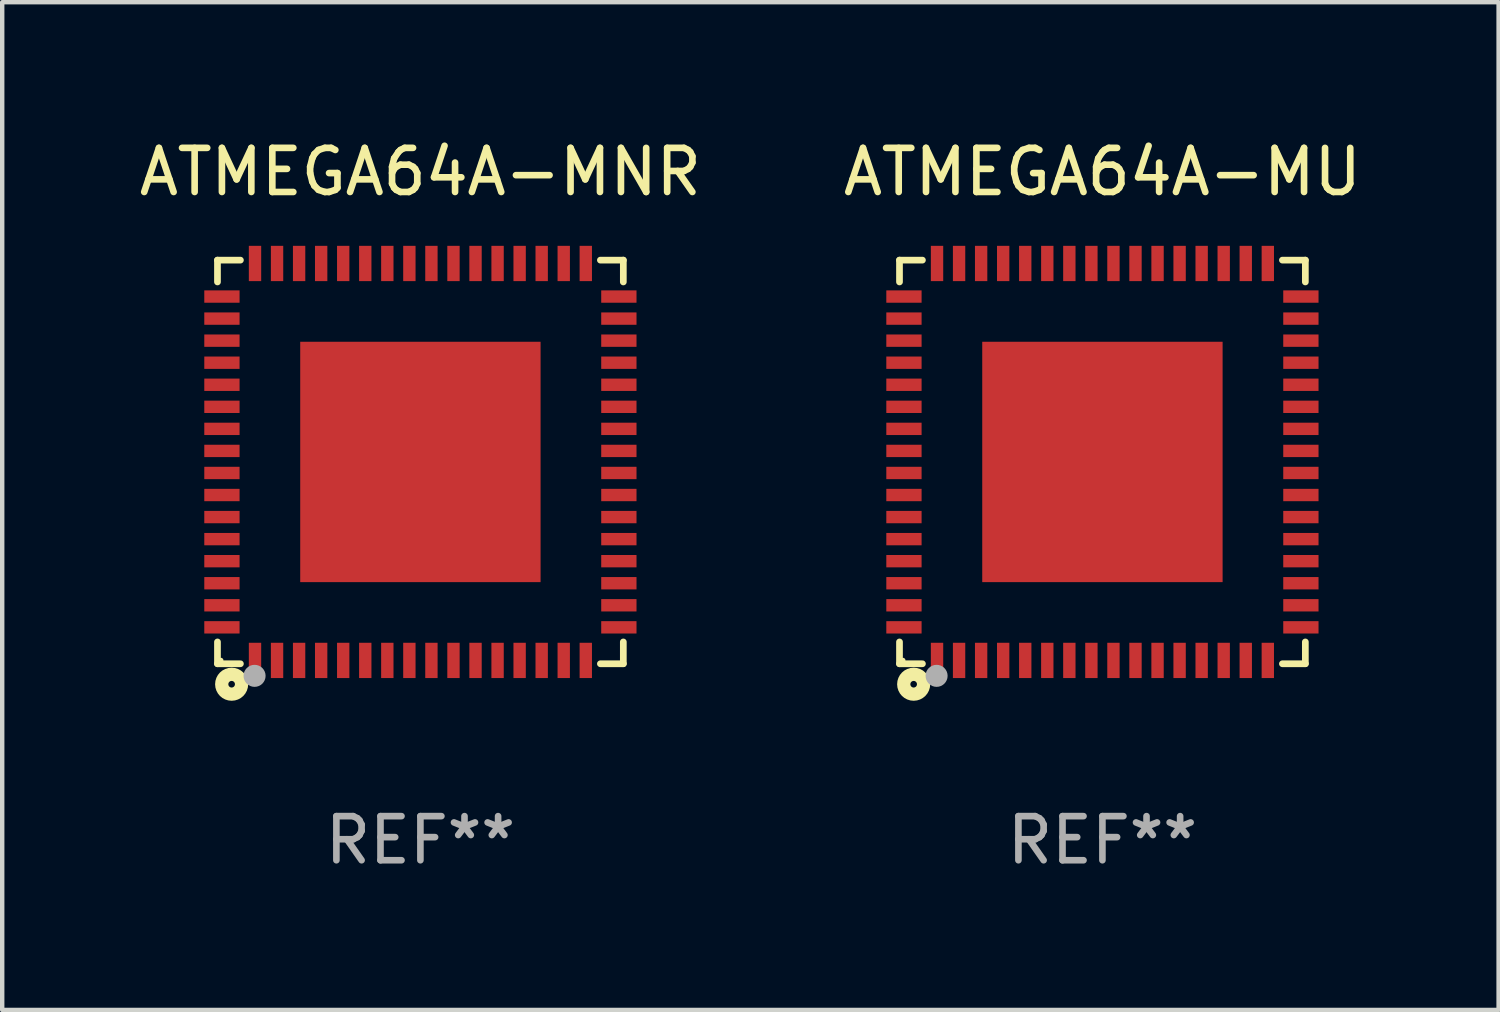
<source format=kicad_pcb>
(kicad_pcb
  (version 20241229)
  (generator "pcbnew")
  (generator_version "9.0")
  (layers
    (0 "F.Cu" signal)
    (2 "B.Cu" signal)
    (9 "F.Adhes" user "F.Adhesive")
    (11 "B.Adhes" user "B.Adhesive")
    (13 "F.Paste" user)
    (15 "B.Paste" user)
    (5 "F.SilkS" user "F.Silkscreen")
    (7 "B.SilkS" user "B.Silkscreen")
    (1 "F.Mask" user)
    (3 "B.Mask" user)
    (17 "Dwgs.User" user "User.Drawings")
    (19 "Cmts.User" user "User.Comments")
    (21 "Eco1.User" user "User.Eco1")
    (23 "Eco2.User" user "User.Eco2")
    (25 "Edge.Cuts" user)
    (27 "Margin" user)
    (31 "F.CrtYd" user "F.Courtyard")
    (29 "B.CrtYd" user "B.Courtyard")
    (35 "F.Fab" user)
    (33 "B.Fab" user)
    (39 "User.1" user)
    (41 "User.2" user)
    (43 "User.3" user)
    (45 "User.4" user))
  (footprint "ATMEGA64A-MNR"
    (layer "F.Cu")
    (at 6.482 7.424)
    (property "Reference" "ATMEGA64A-MNR" (at 0 -6.576 0) (layer "F.SilkS") (effects (font (size 1 1) (thickness 0.15))))
    (attr through_hole)
    (fp_line (start -4.601 -4.576) (end -4.081 -4.576) (stroke (width 0.152) (type solid)) (layer "F.SilkS"))
    (fp_line (start -4.601 -4.081) (end -4.601 -4.576) (stroke (width 0.152) (type solid)) (layer "F.SilkS"))
    (fp_line (start -4.601 4.081) (end -4.601 4.576) (stroke (width 0.152) (type solid)) (layer "F.SilkS"))
    (fp_line (start -4.601 4.576) (end -4.081 4.576) (stroke (width 0.152) (type solid)) (layer "F.SilkS"))
    (fp_line (start 4.601 -4.576) (end 4.081 -4.576) (stroke (width 0.152) (type solid)) (layer "F.SilkS"))
    (fp_line (start 4.601 -4.081) (end 4.601 -4.576) (stroke (width 0.152) (type solid)) (layer "F.SilkS"))
    (fp_line (start 4.601 4.081) (end 4.601 4.576) (stroke (width 0.152) (type solid)) (layer "F.SilkS"))
    (fp_line (start 4.601 4.576) (end 4.081 4.576) (stroke (width 0.152) (type solid)) (layer "F.SilkS"))
    (fp_circle (center -4.525 4.5) (end -4.495 4.5) (stroke (width 0.06) (type solid)) (fill no) (layer "F.SilkS"))
    (fp_circle (center -4.28 5.04) (end -4.205 5.04) (stroke (width 0.3) (type solid)) (fill no) (layer "F.SilkS"))
    (fp_circle (center -3.76 4.85) (end -3.635 4.85) (stroke (width 0.25) (type solid)) (fill no) (layer "F.Fab"))
    (fp_text user "REF**" (at 0 8.576 0) (layer "F.Fab") (effects (font (size 1 1) (thickness 0.15))))
    (pad "1" smd rect (at -3.75 4.5) (size 0.28 0.8) (layers "F.Cu" "F.Mask" "F.Paste"))
    (pad "2" smd rect (at -3.25 4.5) (size 0.28 0.8) (layers "F.Cu" "F.Mask" "F.Paste"))
    (pad "3" smd rect (at -2.75 4.5) (size 0.28 0.8) (layers "F.Cu" "F.Mask" "F.Paste"))
    (pad "4" smd rect (at -2.25 4.5) (size 0.28 0.8) (layers "F.Cu" "F.Mask" "F.Paste"))
    (pad "5" smd rect (at -1.75 4.5) (size 0.28 0.8) (layers "F.Cu" "F.Mask" "F.Paste"))
    (pad "6" smd rect (at -1.25 4.5) (size 0.28 0.8) (layers "F.Cu" "F.Mask" "F.Paste"))
    (pad "7" smd rect (at -0.75 4.5) (size 0.28 0.8) (layers "F.Cu" "F.Mask" "F.Paste"))
    (pad "8" smd rect (at -0.25 4.5) (size 0.28 0.8) (layers "F.Cu" "F.Mask" "F.Paste"))
    (pad "9" smd rect (at 0.25 4.5) (size 0.28 0.8) (layers "F.Cu" "F.Mask" "F.Paste"))
    (pad "10" smd rect (at 0.75 4.5) (size 0.28 0.8) (layers "F.Cu" "F.Mask" "F.Paste"))
    (pad "11" smd rect (at 1.25 4.5) (size 0.28 0.8) (layers "F.Cu" "F.Mask" "F.Paste"))
    (pad "12" smd rect (at 1.75 4.5) (size 0.28 0.8) (layers "F.Cu" "F.Mask" "F.Paste"))
    (pad "13" smd rect (at 2.25 4.5) (size 0.28 0.8) (layers "F.Cu" "F.Mask" "F.Paste"))
    (pad "14" smd rect (at 2.75 4.5) (size 0.28 0.8) (layers "F.Cu" "F.Mask" "F.Paste"))
    (pad "15" smd rect (at 3.25 4.5) (size 0.28 0.8) (layers "F.Cu" "F.Mask" "F.Paste"))
    (pad "16" smd rect (at 3.75 4.5) (size 0.28 0.8) (layers "F.Cu" "F.Mask" "F.Paste"))
    (pad "17" smd rect (at 4.5 3.75) (size 0.8 0.28) (layers "F.Cu" "F.Mask" "F.Paste"))
    (pad "18" smd rect (at 4.5 3.25) (size 0.8 0.28) (layers "F.Cu" "F.Mask" "F.Paste"))
    (pad "19" smd rect (at 4.5 2.75) (size 0.8 0.28) (layers "F.Cu" "F.Mask" "F.Paste"))
    (pad "20" smd rect (at 4.5 2.25) (size 0.8 0.28) (layers "F.Cu" "F.Mask" "F.Paste"))
    (pad "21" smd rect (at 4.5 1.75) (size 0.8 0.28) (layers "F.Cu" "F.Mask" "F.Paste"))
    (pad "22" smd rect (at 4.5 1.25) (size 0.8 0.28) (layers "F.Cu" "F.Mask" "F.Paste"))
    (pad "23" smd rect (at 4.5 0.75) (size 0.8 0.28) (layers "F.Cu" "F.Mask" "F.Paste"))
    (pad "24" smd rect (at 4.5 0.25) (size 0.8 0.28) (layers "F.Cu" "F.Mask" "F.Paste"))
    (pad "25" smd rect (at 4.5 -0.25) (size 0.8 0.28) (layers "F.Cu" "F.Mask" "F.Paste"))
    (pad "26" smd rect (at 4.5 -0.75) (size 0.8 0.28) (layers "F.Cu" "F.Mask" "F.Paste"))
    (pad "27" smd rect (at 4.5 -1.25) (size 0.8 0.28) (layers "F.Cu" "F.Mask" "F.Paste"))
    (pad "28" smd rect (at 4.5 -1.75) (size 0.8 0.28) (layers "F.Cu" "F.Mask" "F.Paste"))
    (pad "29" smd rect (at 4.5 -2.25) (size 0.8 0.28) (layers "F.Cu" "F.Mask" "F.Paste"))
    (pad "30" smd rect (at 4.5 -2.75) (size 0.8 0.28) (layers "F.Cu" "F.Mask" "F.Paste"))
    (pad "31" smd rect (at 4.5 -3.25) (size 0.8 0.28) (layers "F.Cu" "F.Mask" "F.Paste"))
    (pad "32" smd rect (at 4.5 -3.75) (size 0.8 0.28) (layers "F.Cu" "F.Mask" "F.Paste"))
    (pad "33" smd rect (at 3.75 -4.5) (size 0.28 0.8) (layers "F.Cu" "F.Mask" "F.Paste"))
    (pad "34" smd rect (at 3.25 -4.5) (size 0.28 0.8) (layers "F.Cu" "F.Mask" "F.Paste"))
    (pad "35" smd rect (at 2.75 -4.5) (size 0.28 0.8) (layers "F.Cu" "F.Mask" "F.Paste"))
    (pad "36" smd rect (at 2.25 -4.5) (size 0.28 0.8) (layers "F.Cu" "F.Mask" "F.Paste"))
    (pad "37" smd rect (at 1.75 -4.5) (size 0.28 0.8) (layers "F.Cu" "F.Mask" "F.Paste"))
    (pad "38" smd rect (at 1.25 -4.5) (size 0.28 0.8) (layers "F.Cu" "F.Mask" "F.Paste"))
    (pad "39" smd rect (at 0.75 -4.5) (size 0.28 0.8) (layers "F.Cu" "F.Mask" "F.Paste"))
    (pad "40" smd rect (at 0.25 -4.5) (size 0.28 0.8) (layers "F.Cu" "F.Mask" "F.Paste"))
    (pad "41" smd rect (at -0.25 -4.5) (size 0.28 0.8) (layers "F.Cu" "F.Mask" "F.Paste"))
    (pad "42" smd rect (at -0.75 -4.5) (size 0.28 0.8) (layers "F.Cu" "F.Mask" "F.Paste"))
    (pad "43" smd rect (at -1.25 -4.5) (size 0.28 0.8) (layers "F.Cu" "F.Mask" "F.Paste"))
    (pad "44" smd rect (at -1.75 -4.5) (size 0.28 0.8) (layers "F.Cu" "F.Mask" "F.Paste"))
    (pad "45" smd rect (at -2.25 -4.5) (size 0.28 0.8) (layers "F.Cu" "F.Mask" "F.Paste"))
    (pad "46" smd rect (at -2.75 -4.5) (size 0.28 0.8) (layers "F.Cu" "F.Mask" "F.Paste"))
    (pad "47" smd rect (at -3.25 -4.5) (size 0.28 0.8) (layers "F.Cu" "F.Mask" "F.Paste"))
    (pad "48" smd rect (at -3.75 -4.5) (size 0.28 0.8) (layers "F.Cu" "F.Mask" "F.Paste"))
    (pad "49" smd rect (at -4.5 -3.75) (size 0.8 0.28) (layers "F.Cu" "F.Mask" "F.Paste"))
    (pad "50" smd rect (at -4.5 -3.25) (size 0.8 0.28) (layers "F.Cu" "F.Mask" "F.Paste"))
    (pad "51" smd rect (at -4.5 -2.75) (size 0.8 0.28) (layers "F.Cu" "F.Mask" "F.Paste"))
    (pad "52" smd rect (at -4.5 -2.25) (size 0.8 0.28) (layers "F.Cu" "F.Mask" "F.Paste"))
    (pad "53" smd rect (at -4.5 -1.75) (size 0.8 0.28) (layers "F.Cu" "F.Mask" "F.Paste"))
    (pad "54" smd rect (at -4.5 -1.25) (size 0.8 0.28) (layers "F.Cu" "F.Mask" "F.Paste"))
    (pad "55" smd rect (at -4.5 -0.75) (size 0.8 0.28) (layers "F.Cu" "F.Mask" "F.Paste"))
    (pad "56" smd rect (at -4.5 -0.25) (size 0.8 0.28) (layers "F.Cu" "F.Mask" "F.Paste"))
    (pad "57" smd rect (at -4.5 0.25) (size 0.8 0.28) (layers "F.Cu" "F.Mask" "F.Paste"))
    (pad "58" smd rect (at -4.5 0.75) (size 0.8 0.28) (layers "F.Cu" "F.Mask" "F.Paste"))
    (pad "59" smd rect (at -4.5 1.25) (size 0.8 0.28) (layers "F.Cu" "F.Mask" "F.Paste"))
    (pad "60" smd rect (at -4.5 1.75) (size 0.8 0.28) (layers "F.Cu" "F.Mask" "F.Paste"))
    (pad "61" smd rect (at -4.5 2.25) (size 0.8 0.28) (layers "F.Cu" "F.Mask" "F.Paste"))
    (pad "62" smd rect (at -4.5 2.75) (size 0.8 0.28) (layers "F.Cu" "F.Mask" "F.Paste"))
    (pad "63" smd rect (at -4.5 3.25) (size 0.8 0.28) (layers "F.Cu" "F.Mask" "F.Paste"))
    (pad "64" smd rect (at -4.5 3.75) (size 0.8 0.28) (layers "F.Cu" "F.Mask" "F.Paste"))
    (pad "65" smd rect (at 0 0) (size 5.45 5.45) (layers "F.Cu" "F.Mask" "F.Paste")))
  (footprint "ATMEGA64A-MU"
    (layer "F.Cu")
    (at 21.946 7.424)
    (property "Reference" "ATMEGA64A-MU" (at 0 -6.576 0) (layer "F.SilkS") (effects (font (size 1 1) (thickness 0.15))))
    (attr through_hole)
    (fp_line (start -4.601 -4.576) (end -4.081 -4.576) (stroke (width 0.152) (type solid)) (layer "F.SilkS"))
    (fp_line (start -4.601 -4.081) (end -4.601 -4.576) (stroke (width 0.152) (type solid)) (layer "F.SilkS"))
    (fp_line (start -4.601 4.081) (end -4.601 4.576) (stroke (width 0.152) (type solid)) (layer "F.SilkS"))
    (fp_line (start -4.601 4.576) (end -4.081 4.576) (stroke (width 0.152) (type solid)) (layer "F.SilkS"))
    (fp_line (start 4.601 -4.576) (end 4.081 -4.576) (stroke (width 0.152) (type solid)) (layer "F.SilkS"))
    (fp_line (start 4.601 -4.081) (end 4.601 -4.576) (stroke (width 0.152) (type solid)) (layer "F.SilkS"))
    (fp_line (start 4.601 4.081) (end 4.601 4.576) (stroke (width 0.152) (type solid)) (layer "F.SilkS"))
    (fp_line (start 4.601 4.576) (end 4.081 4.576) (stroke (width 0.152) (type solid)) (layer "F.SilkS"))
    (fp_circle (center -4.525 4.5) (end -4.495 4.5) (stroke (width 0.06) (type solid)) (fill no) (layer "F.SilkS"))
    (fp_circle (center -4.28 5.04) (end -4.205 5.04) (stroke (width 0.3) (type solid)) (fill no) (layer "F.SilkS"))
    (fp_circle (center -3.76 4.85) (end -3.635 4.85) (stroke (width 0.25) (type solid)) (fill no) (layer "F.Fab"))
    (fp_text user "REF**" (at 0 8.576 0) (layer "F.Fab") (effects (font (size 1 1) (thickness 0.15))))
    (pad "1" smd rect (at -3.75 4.5) (size 0.28 0.8) (layers "F.Cu" "F.Mask" "F.Paste"))
    (pad "2" smd rect (at -3.25 4.5) (size 0.28 0.8) (layers "F.Cu" "F.Mask" "F.Paste"))
    (pad "3" smd rect (at -2.75 4.5) (size 0.28 0.8) (layers "F.Cu" "F.Mask" "F.Paste"))
    (pad "4" smd rect (at -2.25 4.5) (size 0.28 0.8) (layers "F.Cu" "F.Mask" "F.Paste"))
    (pad "5" smd rect (at -1.75 4.5) (size 0.28 0.8) (layers "F.Cu" "F.Mask" "F.Paste"))
    (pad "6" smd rect (at -1.25 4.5) (size 0.28 0.8) (layers "F.Cu" "F.Mask" "F.Paste"))
    (pad "7" smd rect (at -0.75 4.5) (size 0.28 0.8) (layers "F.Cu" "F.Mask" "F.Paste"))
    (pad "8" smd rect (at -0.25 4.5) (size 0.28 0.8) (layers "F.Cu" "F.Mask" "F.Paste"))
    (pad "9" smd rect (at 0.25 4.5) (size 0.28 0.8) (layers "F.Cu" "F.Mask" "F.Paste"))
    (pad "10" smd rect (at 0.75 4.5) (size 0.28 0.8) (layers "F.Cu" "F.Mask" "F.Paste"))
    (pad "11" smd rect (at 1.25 4.5) (size 0.28 0.8) (layers "F.Cu" "F.Mask" "F.Paste"))
    (pad "12" smd rect (at 1.75 4.5) (size 0.28 0.8) (layers "F.Cu" "F.Mask" "F.Paste"))
    (pad "13" smd rect (at 2.25 4.5) (size 0.28 0.8) (layers "F.Cu" "F.Mask" "F.Paste"))
    (pad "14" smd rect (at 2.75 4.5) (size 0.28 0.8) (layers "F.Cu" "F.Mask" "F.Paste"))
    (pad "15" smd rect (at 3.25 4.5) (size 0.28 0.8) (layers "F.Cu" "F.Mask" "F.Paste"))
    (pad "16" smd rect (at 3.75 4.5) (size 0.28 0.8) (layers "F.Cu" "F.Mask" "F.Paste"))
    (pad "17" smd rect (at 4.5 3.75) (size 0.8 0.28) (layers "F.Cu" "F.Mask" "F.Paste"))
    (pad "18" smd rect (at 4.5 3.25) (size 0.8 0.28) (layers "F.Cu" "F.Mask" "F.Paste"))
    (pad "19" smd rect (at 4.5 2.75) (size 0.8 0.28) (layers "F.Cu" "F.Mask" "F.Paste"))
    (pad "20" smd rect (at 4.5 2.25) (size 0.8 0.28) (layers "F.Cu" "F.Mask" "F.Paste"))
    (pad "21" smd rect (at 4.5 1.75) (size 0.8 0.28) (layers "F.Cu" "F.Mask" "F.Paste"))
    (pad "22" smd rect (at 4.5 1.25) (size 0.8 0.28) (layers "F.Cu" "F.Mask" "F.Paste"))
    (pad "23" smd rect (at 4.5 0.75) (size 0.8 0.28) (layers "F.Cu" "F.Mask" "F.Paste"))
    (pad "24" smd rect (at 4.5 0.25) (size 0.8 0.28) (layers "F.Cu" "F.Mask" "F.Paste"))
    (pad "25" smd rect (at 4.5 -0.25) (size 0.8 0.28) (layers "F.Cu" "F.Mask" "F.Paste"))
    (pad "26" smd rect (at 4.5 -0.75) (size 0.8 0.28) (layers "F.Cu" "F.Mask" "F.Paste"))
    (pad "27" smd rect (at 4.5 -1.25) (size 0.8 0.28) (layers "F.Cu" "F.Mask" "F.Paste"))
    (pad "28" smd rect (at 4.5 -1.75) (size 0.8 0.28) (layers "F.Cu" "F.Mask" "F.Paste"))
    (pad "29" smd rect (at 4.5 -2.25) (size 0.8 0.28) (layers "F.Cu" "F.Mask" "F.Paste"))
    (pad "30" smd rect (at 4.5 -2.75) (size 0.8 0.28) (layers "F.Cu" "F.Mask" "F.Paste"))
    (pad "31" smd rect (at 4.5 -3.25) (size 0.8 0.28) (layers "F.Cu" "F.Mask" "F.Paste"))
    (pad "32" smd rect (at 4.5 -3.75) (size 0.8 0.28) (layers "F.Cu" "F.Mask" "F.Paste"))
    (pad "33" smd rect (at 3.75 -4.5) (size 0.28 0.8) (layers "F.Cu" "F.Mask" "F.Paste"))
    (pad "34" smd rect (at 3.25 -4.5) (size 0.28 0.8) (layers "F.Cu" "F.Mask" "F.Paste"))
    (pad "35" smd rect (at 2.75 -4.5) (size 0.28 0.8) (layers "F.Cu" "F.Mask" "F.Paste"))
    (pad "36" smd rect (at 2.25 -4.5) (size 0.28 0.8) (layers "F.Cu" "F.Mask" "F.Paste"))
    (pad "37" smd rect (at 1.75 -4.5) (size 0.28 0.8) (layers "F.Cu" "F.Mask" "F.Paste"))
    (pad "38" smd rect (at 1.25 -4.5) (size 0.28 0.8) (layers "F.Cu" "F.Mask" "F.Paste"))
    (pad "39" smd rect (at 0.75 -4.5) (size 0.28 0.8) (layers "F.Cu" "F.Mask" "F.Paste"))
    (pad "40" smd rect (at 0.25 -4.5) (size 0.28 0.8) (layers "F.Cu" "F.Mask" "F.Paste"))
    (pad "41" smd rect (at -0.25 -4.5) (size 0.28 0.8) (layers "F.Cu" "F.Mask" "F.Paste"))
    (pad "42" smd rect (at -0.75 -4.5) (size 0.28 0.8) (layers "F.Cu" "F.Mask" "F.Paste"))
    (pad "43" smd rect (at -1.25 -4.5) (size 0.28 0.8) (layers "F.Cu" "F.Mask" "F.Paste"))
    (pad "44" smd rect (at -1.75 -4.5) (size 0.28 0.8) (layers "F.Cu" "F.Mask" "F.Paste"))
    (pad "45" smd rect (at -2.25 -4.5) (size 0.28 0.8) (layers "F.Cu" "F.Mask" "F.Paste"))
    (pad "46" smd rect (at -2.75 -4.5) (size 0.28 0.8) (layers "F.Cu" "F.Mask" "F.Paste"))
    (pad "47" smd rect (at -3.25 -4.5) (size 0.28 0.8) (layers "F.Cu" "F.Mask" "F.Paste"))
    (pad "48" smd rect (at -3.75 -4.5) (size 0.28 0.8) (layers "F.Cu" "F.Mask" "F.Paste"))
    (pad "49" smd rect (at -4.5 -3.75) (size 0.8 0.28) (layers "F.Cu" "F.Mask" "F.Paste"))
    (pad "50" smd rect (at -4.5 -3.25) (size 0.8 0.28) (layers "F.Cu" "F.Mask" "F.Paste"))
    (pad "51" smd rect (at -4.5 -2.75) (size 0.8 0.28) (layers "F.Cu" "F.Mask" "F.Paste"))
    (pad "52" smd rect (at -4.5 -2.25) (size 0.8 0.28) (layers "F.Cu" "F.Mask" "F.Paste"))
    (pad "53" smd rect (at -4.5 -1.75) (size 0.8 0.28) (layers "F.Cu" "F.Mask" "F.Paste"))
    (pad "54" smd rect (at -4.5 -1.25) (size 0.8 0.28) (layers "F.Cu" "F.Mask" "F.Paste"))
    (pad "55" smd rect (at -4.5 -0.75) (size 0.8 0.28) (layers "F.Cu" "F.Mask" "F.Paste"))
    (pad "56" smd rect (at -4.5 -0.25) (size 0.8 0.28) (layers "F.Cu" "F.Mask" "F.Paste"))
    (pad "57" smd rect (at -4.5 0.25) (size 0.8 0.28) (layers "F.Cu" "F.Mask" "F.Paste"))
    (pad "58" smd rect (at -4.5 0.75) (size 0.8 0.28) (layers "F.Cu" "F.Mask" "F.Paste"))
    (pad "59" smd rect (at -4.5 1.25) (size 0.8 0.28) (layers "F.Cu" "F.Mask" "F.Paste"))
    (pad "60" smd rect (at -4.5 1.75) (size 0.8 0.28) (layers "F.Cu" "F.Mask" "F.Paste"))
    (pad "61" smd rect (at -4.5 2.25) (size 0.8 0.28) (layers "F.Cu" "F.Mask" "F.Paste"))
    (pad "62" smd rect (at -4.5 2.75) (size 0.8 0.28) (layers "F.Cu" "F.Mask" "F.Paste"))
    (pad "63" smd rect (at -4.5 3.25) (size 0.8 0.28) (layers "F.Cu" "F.Mask" "F.Paste"))
    (pad "64" smd rect (at -4.5 3.75) (size 0.8 0.28) (layers "F.Cu" "F.Mask" "F.Paste"))
    (pad "65" smd rect (at 0 0) (size 5.45 5.45) (layers "F.Cu" "F.Mask" "F.Paste")))
  (gr_rect
    (start -3 -3)
    (end 30.929 19.849)
    (stroke (width 0.1) (type default))
    (fill no)
    (layer "Edge.Cuts")))
</source>
